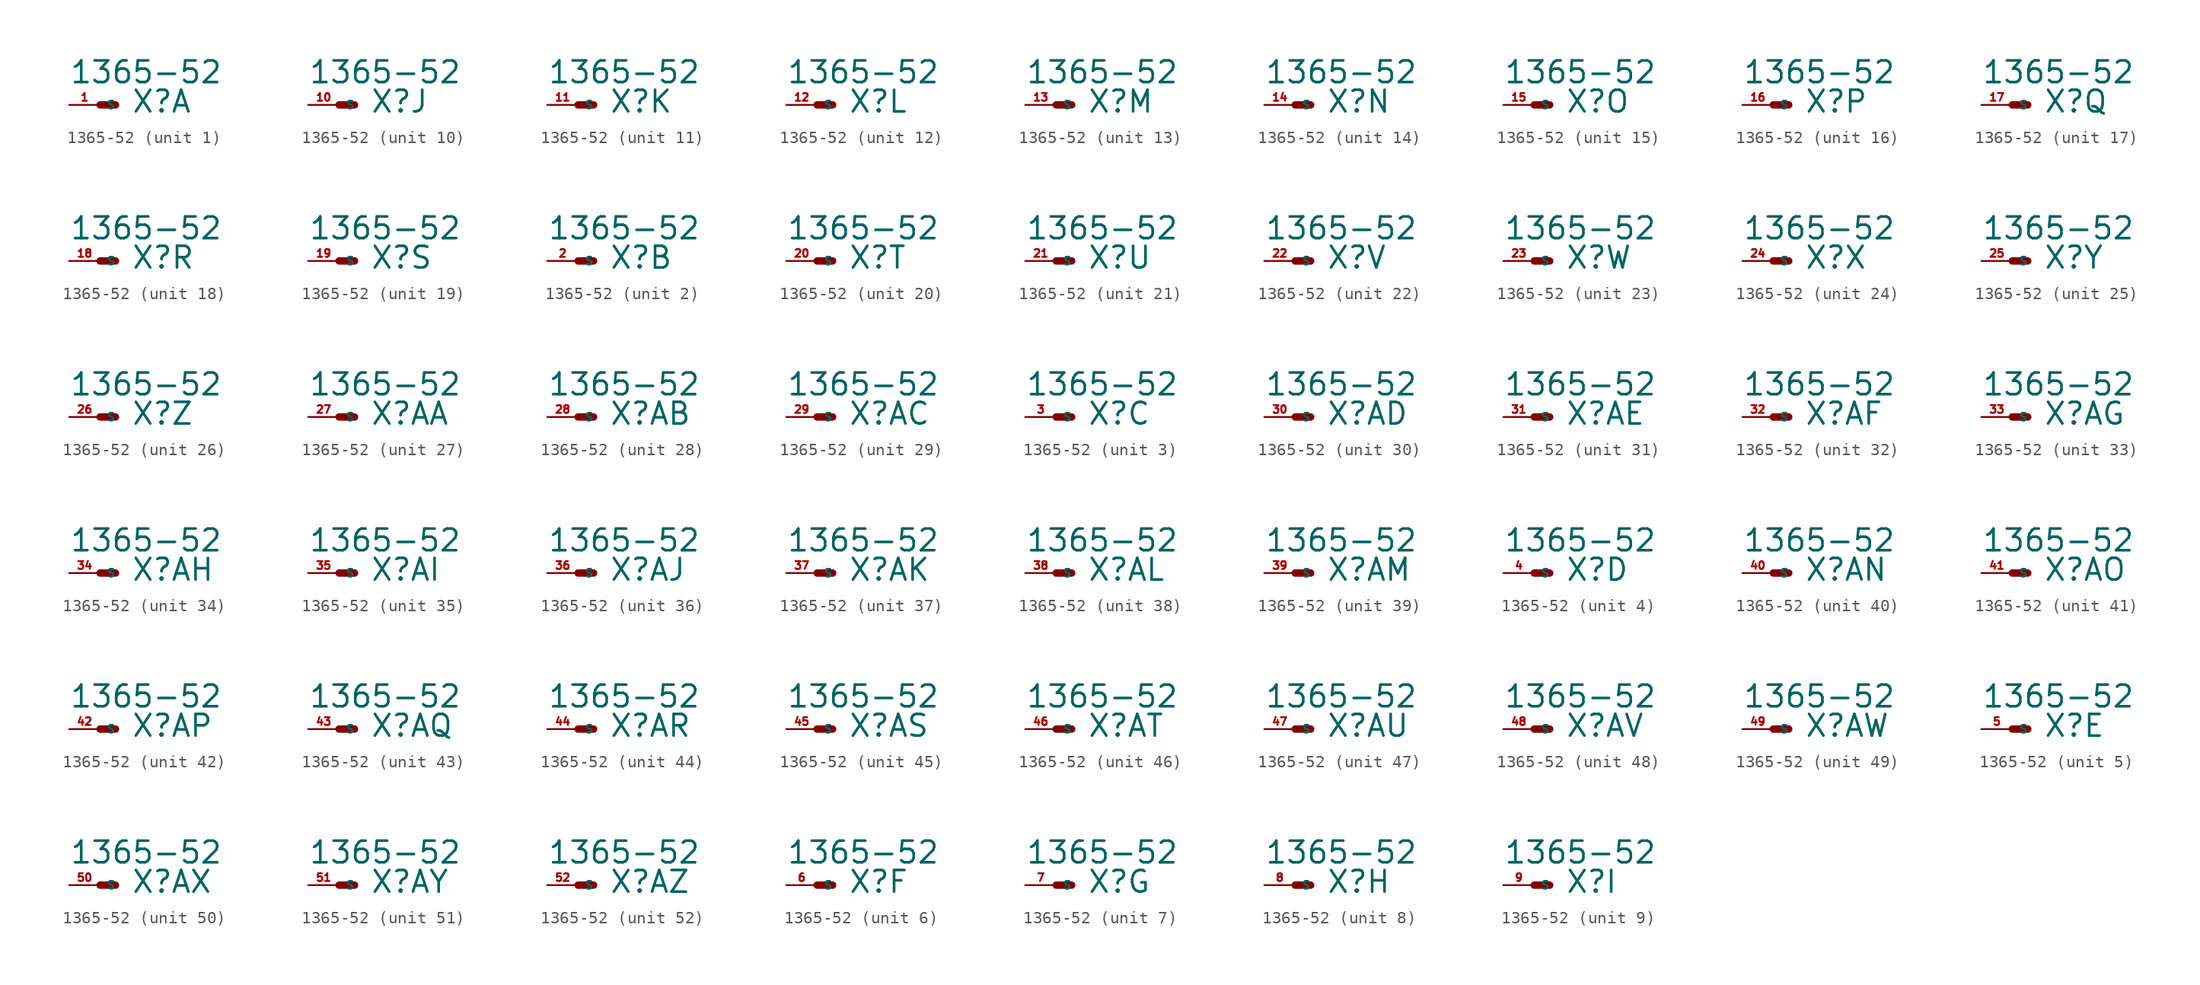
<source format=kicad_sym>
(kicad_symbol_lib
  (version 20220914)
  (generator Eagle2Kicad)
  (symbol "1365-52"
    (property "Reference" "X"
      (at 2.54 -0.762 0)
      (effects (font (size 1.778 1.778) (thickness 0.22)) (justify left bottom)))
    (property "Value" "1365-52"
      (at -2.54 1.651 0)
      (effects (font (size 1.778 1.778) (thickness 0.22)) (justify left bottom)))
    (symbol "1365-52_1_0"
      (polyline (pts (xy 0 0) (xy 1.27 0)) (stroke (width 0.61) (type default)) (fill (type none)))
      (pin passive line (at -2.54 0 0) (length 2.54) (name "S" (effects (font (size 0.635 0.635) (thickness 0.08)) (justify left bottom))) (number "1" (effects (font (size 0.635 0.635) (thickness 0.08)) (justify left bottom)))))
    (symbol "1365-52_2_0"
      (polyline (pts (xy 0 0) (xy 1.27 0)) (stroke (width 0.61) (type default)) (fill (type none)))
      (pin passive line (at -2.54 0 0) (length 2.54) (name "S" (effects (font (size 0.635 0.635) (thickness 0.08)) (justify left bottom))) (number "2" (effects (font (size 0.635 0.635) (thickness 0.08)) (justify left bottom)))))
    (symbol "1365-52_3_0"
      (polyline (pts (xy 0 0) (xy 1.27 0)) (stroke (width 0.61) (type default)) (fill (type none)))
      (pin passive line (at -2.54 0 0) (length 2.54) (name "S" (effects (font (size 0.635 0.635) (thickness 0.08)) (justify left bottom))) (number "3" (effects (font (size 0.635 0.635) (thickness 0.08)) (justify left bottom)))))
    (symbol "1365-52_4_0"
      (polyline (pts (xy 0 0) (xy 1.27 0)) (stroke (width 0.61) (type default)) (fill (type none)))
      (pin passive line (at -2.54 0 0) (length 2.54) (name "S" (effects (font (size 0.635 0.635) (thickness 0.08)) (justify left bottom))) (number "4" (effects (font (size 0.635 0.635) (thickness 0.08)) (justify left bottom)))))
    (symbol "1365-52_5_0"
      (polyline (pts (xy 0 0) (xy 1.27 0)) (stroke (width 0.61) (type default)) (fill (type none)))
      (pin passive line (at -2.54 0 0) (length 2.54) (name "S" (effects (font (size 0.635 0.635) (thickness 0.08)) (justify left bottom))) (number "5" (effects (font (size 0.635 0.635) (thickness 0.08)) (justify left bottom)))))
    (symbol "1365-52_6_0"
      (polyline (pts (xy 0 0) (xy 1.27 0)) (stroke (width 0.61) (type default)) (fill (type none)))
      (pin passive line (at -2.54 0 0) (length 2.54) (name "S" (effects (font (size 0.635 0.635) (thickness 0.08)) (justify left bottom))) (number "6" (effects (font (size 0.635 0.635) (thickness 0.08)) (justify left bottom)))))
    (symbol "1365-52_7_0"
      (polyline (pts (xy 0 0) (xy 1.27 0)) (stroke (width 0.61) (type default)) (fill (type none)))
      (pin passive line (at -2.54 0 0) (length 2.54) (name "S" (effects (font (size 0.635 0.635) (thickness 0.08)) (justify left bottom))) (number "7" (effects (font (size 0.635 0.635) (thickness 0.08)) (justify left bottom)))))
    (symbol "1365-52_8_0"
      (polyline (pts (xy 0 0) (xy 1.27 0)) (stroke (width 0.61) (type default)) (fill (type none)))
      (pin passive line (at -2.54 0 0) (length 2.54) (name "S" (effects (font (size 0.635 0.635) (thickness 0.08)) (justify left bottom))) (number "8" (effects (font (size 0.635 0.635) (thickness 0.08)) (justify left bottom)))))
    (symbol "1365-52_9_0"
      (polyline (pts (xy 0 0) (xy 1.27 0)) (stroke (width 0.61) (type default)) (fill (type none)))
      (pin passive line (at -2.54 0 0) (length 2.54) (name "S" (effects (font (size 0.635 0.635) (thickness 0.08)) (justify left bottom))) (number "9" (effects (font (size 0.635 0.635) (thickness 0.08)) (justify left bottom)))))
    (symbol "1365-52_10_0"
      (polyline (pts (xy 0 0) (xy 1.27 0)) (stroke (width 0.61) (type default)) (fill (type none)))
      (pin passive line (at -2.54 0 0) (length 2.54) (name "S" (effects (font (size 0.635 0.635) (thickness 0.08)) (justify left bottom))) (number "10" (effects (font (size 0.635 0.635) (thickness 0.08)) (justify left bottom)))))
    (symbol "1365-52_11_0"
      (polyline (pts (xy 0 0) (xy 1.27 0)) (stroke (width 0.61) (type default)) (fill (type none)))
      (pin passive line (at -2.54 0 0) (length 2.54) (name "S" (effects (font (size 0.635 0.635) (thickness 0.08)) (justify left bottom))) (number "11" (effects (font (size 0.635 0.635) (thickness 0.08)) (justify left bottom)))))
    (symbol "1365-52_12_0"
      (polyline (pts (xy 0 0) (xy 1.27 0)) (stroke (width 0.61) (type default)) (fill (type none)))
      (pin passive line (at -2.54 0 0) (length 2.54) (name "S" (effects (font (size 0.635 0.635) (thickness 0.08)) (justify left bottom))) (number "12" (effects (font (size 0.635 0.635) (thickness 0.08)) (justify left bottom)))))
    (symbol "1365-52_13_0"
      (polyline (pts (xy 0 0) (xy 1.27 0)) (stroke (width 0.61) (type default)) (fill (type none)))
      (pin passive line (at -2.54 0 0) (length 2.54) (name "S" (effects (font (size 0.635 0.635) (thickness 0.08)) (justify left bottom))) (number "13" (effects (font (size 0.635 0.635) (thickness 0.08)) (justify left bottom)))))
    (symbol "1365-52_14_0"
      (polyline (pts (xy 0 0) (xy 1.27 0)) (stroke (width 0.61) (type default)) (fill (type none)))
      (pin passive line (at -2.54 0 0) (length 2.54) (name "S" (effects (font (size 0.635 0.635) (thickness 0.08)) (justify left bottom))) (number "14" (effects (font (size 0.635 0.635) (thickness 0.08)) (justify left bottom)))))
    (symbol "1365-52_15_0"
      (polyline (pts (xy 0 0) (xy 1.27 0)) (stroke (width 0.61) (type default)) (fill (type none)))
      (pin passive line (at -2.54 0 0) (length 2.54) (name "S" (effects (font (size 0.635 0.635) (thickness 0.08)) (justify left bottom))) (number "15" (effects (font (size 0.635 0.635) (thickness 0.08)) (justify left bottom)))))
    (symbol "1365-52_16_0"
      (polyline (pts (xy 0 0) (xy 1.27 0)) (stroke (width 0.61) (type default)) (fill (type none)))
      (pin passive line (at -2.54 0 0) (length 2.54) (name "S" (effects (font (size 0.635 0.635) (thickness 0.08)) (justify left bottom))) (number "16" (effects (font (size 0.635 0.635) (thickness 0.08)) (justify left bottom)))))
    (symbol "1365-52_17_0"
      (polyline (pts (xy 0 0) (xy 1.27 0)) (stroke (width 0.61) (type default)) (fill (type none)))
      (pin passive line (at -2.54 0 0) (length 2.54) (name "S" (effects (font (size 0.635 0.635) (thickness 0.08)) (justify left bottom))) (number "17" (effects (font (size 0.635 0.635) (thickness 0.08)) (justify left bottom)))))
    (symbol "1365-52_18_0"
      (polyline (pts (xy 0 0) (xy 1.27 0)) (stroke (width 0.61) (type default)) (fill (type none)))
      (pin passive line (at -2.54 0 0) (length 2.54) (name "S" (effects (font (size 0.635 0.635) (thickness 0.08)) (justify left bottom))) (number "18" (effects (font (size 0.635 0.635) (thickness 0.08)) (justify left bottom)))))
    (symbol "1365-52_19_0"
      (polyline (pts (xy 0 0) (xy 1.27 0)) (stroke (width 0.61) (type default)) (fill (type none)))
      (pin passive line (at -2.54 0 0) (length 2.54) (name "S" (effects (font (size 0.635 0.635) (thickness 0.08)) (justify left bottom))) (number "19" (effects (font (size 0.635 0.635) (thickness 0.08)) (justify left bottom)))))
    (symbol "1365-52_20_0"
      (polyline (pts (xy 0 0) (xy 1.27 0)) (stroke (width 0.61) (type default)) (fill (type none)))
      (pin passive line (at -2.54 0 0) (length 2.54) (name "S" (effects (font (size 0.635 0.635) (thickness 0.08)) (justify left bottom))) (number "20" (effects (font (size 0.635 0.635) (thickness 0.08)) (justify left bottom)))))
    (symbol "1365-52_21_0"
      (polyline (pts (xy 0 0) (xy 1.27 0)) (stroke (width 0.61) (type default)) (fill (type none)))
      (pin passive line (at -2.54 0 0) (length 2.54) (name "S" (effects (font (size 0.635 0.635) (thickness 0.08)) (justify left bottom))) (number "21" (effects (font (size 0.635 0.635) (thickness 0.08)) (justify left bottom)))))
    (symbol "1365-52_22_0"
      (polyline (pts (xy 0 0) (xy 1.27 0)) (stroke (width 0.61) (type default)) (fill (type none)))
      (pin passive line (at -2.54 0 0) (length 2.54) (name "S" (effects (font (size 0.635 0.635) (thickness 0.08)) (justify left bottom))) (number "22" (effects (font (size 0.635 0.635) (thickness 0.08)) (justify left bottom)))))
    (symbol "1365-52_23_0"
      (polyline (pts (xy 0 0) (xy 1.27 0)) (stroke (width 0.61) (type default)) (fill (type none)))
      (pin passive line (at -2.54 0 0) (length 2.54) (name "S" (effects (font (size 0.635 0.635) (thickness 0.08)) (justify left bottom))) (number "23" (effects (font (size 0.635 0.635) (thickness 0.08)) (justify left bottom)))))
    (symbol "1365-52_24_0"
      (polyline (pts (xy 0 0) (xy 1.27 0)) (stroke (width 0.61) (type default)) (fill (type none)))
      (pin passive line (at -2.54 0 0) (length 2.54) (name "S" (effects (font (size 0.635 0.635) (thickness 0.08)) (justify left bottom))) (number "24" (effects (font (size 0.635 0.635) (thickness 0.08)) (justify left bottom)))))
    (symbol "1365-52_25_0"
      (polyline (pts (xy 0 0) (xy 1.27 0)) (stroke (width 0.61) (type default)) (fill (type none)))
      (pin passive line (at -2.54 0 0) (length 2.54) (name "S" (effects (font (size 0.635 0.635) (thickness 0.08)) (justify left bottom))) (number "25" (effects (font (size 0.635 0.635) (thickness 0.08)) (justify left bottom)))))
    (symbol "1365-52_26_0"
      (polyline (pts (xy 0 0) (xy 1.27 0)) (stroke (width 0.61) (type default)) (fill (type none)))
      (pin passive line (at -2.54 0 0) (length 2.54) (name "S" (effects (font (size 0.635 0.635) (thickness 0.08)) (justify left bottom))) (number "26" (effects (font (size 0.635 0.635) (thickness 0.08)) (justify left bottom)))))
    (symbol "1365-52_27_0"
      (polyline (pts (xy 0 0) (xy 1.27 0)) (stroke (width 0.61) (type default)) (fill (type none)))
      (pin passive line (at -2.54 0 0) (length 2.54) (name "S" (effects (font (size 0.635 0.635) (thickness 0.08)) (justify left bottom))) (number "27" (effects (font (size 0.635 0.635) (thickness 0.08)) (justify left bottom)))))
    (symbol "1365-52_28_0"
      (polyline (pts (xy 0 0) (xy 1.27 0)) (stroke (width 0.61) (type default)) (fill (type none)))
      (pin passive line (at -2.54 0 0) (length 2.54) (name "S" (effects (font (size 0.635 0.635) (thickness 0.08)) (justify left bottom))) (number "28" (effects (font (size 0.635 0.635) (thickness 0.08)) (justify left bottom)))))
    (symbol "1365-52_29_0"
      (polyline (pts (xy 0 0) (xy 1.27 0)) (stroke (width 0.61) (type default)) (fill (type none)))
      (pin passive line (at -2.54 0 0) (length 2.54) (name "S" (effects (font (size 0.635 0.635) (thickness 0.08)) (justify left bottom))) (number "29" (effects (font (size 0.635 0.635) (thickness 0.08)) (justify left bottom)))))
    (symbol "1365-52_30_0"
      (polyline (pts (xy 0 0) (xy 1.27 0)) (stroke (width 0.61) (type default)) (fill (type none)))
      (pin passive line (at -2.54 0 0) (length 2.54) (name "S" (effects (font (size 0.635 0.635) (thickness 0.08)) (justify left bottom))) (number "30" (effects (font (size 0.635 0.635) (thickness 0.08)) (justify left bottom)))))
    (symbol "1365-52_31_0"
      (polyline (pts (xy 0 0) (xy 1.27 0)) (stroke (width 0.61) (type default)) (fill (type none)))
      (pin passive line (at -2.54 0 0) (length 2.54) (name "S" (effects (font (size 0.635 0.635) (thickness 0.08)) (justify left bottom))) (number "31" (effects (font (size 0.635 0.635) (thickness 0.08)) (justify left bottom)))))
    (symbol "1365-52_32_0"
      (polyline (pts (xy 0 0) (xy 1.27 0)) (stroke (width 0.61) (type default)) (fill (type none)))
      (pin passive line (at -2.54 0 0) (length 2.54) (name "S" (effects (font (size 0.635 0.635) (thickness 0.08)) (justify left bottom))) (number "32" (effects (font (size 0.635 0.635) (thickness 0.08)) (justify left bottom)))))
    (symbol "1365-52_33_0"
      (polyline (pts (xy 0 0) (xy 1.27 0)) (stroke (width 0.61) (type default)) (fill (type none)))
      (pin passive line (at -2.54 0 0) (length 2.54) (name "S" (effects (font (size 0.635 0.635) (thickness 0.08)) (justify left bottom))) (number "33" (effects (font (size 0.635 0.635) (thickness 0.08)) (justify left bottom)))))
    (symbol "1365-52_34_0"
      (polyline (pts (xy 0 0) (xy 1.27 0)) (stroke (width 0.61) (type default)) (fill (type none)))
      (pin passive line (at -2.54 0 0) (length 2.54) (name "S" (effects (font (size 0.635 0.635) (thickness 0.08)) (justify left bottom))) (number "34" (effects (font (size 0.635 0.635) (thickness 0.08)) (justify left bottom)))))
    (symbol "1365-52_35_0"
      (polyline (pts (xy 0 0) (xy 1.27 0)) (stroke (width 0.61) (type default)) (fill (type none)))
      (pin passive line (at -2.54 0 0) (length 2.54) (name "S" (effects (font (size 0.635 0.635) (thickness 0.08)) (justify left bottom))) (number "35" (effects (font (size 0.635 0.635) (thickness 0.08)) (justify left bottom)))))
    (symbol "1365-52_36_0"
      (polyline (pts (xy 0 0) (xy 1.27 0)) (stroke (width 0.61) (type default)) (fill (type none)))
      (pin passive line (at -2.54 0 0) (length 2.54) (name "S" (effects (font (size 0.635 0.635) (thickness 0.08)) (justify left bottom))) (number "36" (effects (font (size 0.635 0.635) (thickness 0.08)) (justify left bottom)))))
    (symbol "1365-52_37_0"
      (polyline (pts (xy 0 0) (xy 1.27 0)) (stroke (width 0.61) (type default)) (fill (type none)))
      (pin passive line (at -2.54 0 0) (length 2.54) (name "S" (effects (font (size 0.635 0.635) (thickness 0.08)) (justify left bottom))) (number "37" (effects (font (size 0.635 0.635) (thickness 0.08)) (justify left bottom)))))
    (symbol "1365-52_38_0"
      (polyline (pts (xy 0 0) (xy 1.27 0)) (stroke (width 0.61) (type default)) (fill (type none)))
      (pin passive line (at -2.54 0 0) (length 2.54) (name "S" (effects (font (size 0.635 0.635) (thickness 0.08)) (justify left bottom))) (number "38" (effects (font (size 0.635 0.635) (thickness 0.08)) (justify left bottom)))))
    (symbol "1365-52_39_0"
      (polyline (pts (xy 0 0) (xy 1.27 0)) (stroke (width 0.61) (type default)) (fill (type none)))
      (pin passive line (at -2.54 0 0) (length 2.54) (name "S" (effects (font (size 0.635 0.635) (thickness 0.08)) (justify left bottom))) (number "39" (effects (font (size 0.635 0.635) (thickness 0.08)) (justify left bottom)))))
    (symbol "1365-52_40_0"
      (polyline (pts (xy 0 0) (xy 1.27 0)) (stroke (width 0.61) (type default)) (fill (type none)))
      (pin passive line (at -2.54 0 0) (length 2.54) (name "S" (effects (font (size 0.635 0.635) (thickness 0.08)) (justify left bottom))) (number "40" (effects (font (size 0.635 0.635) (thickness 0.08)) (justify left bottom)))))
    (symbol "1365-52_41_0"
      (polyline (pts (xy 0 0) (xy 1.27 0)) (stroke (width 0.61) (type default)) (fill (type none)))
      (pin passive line (at -2.54 0 0) (length 2.54) (name "S" (effects (font (size 0.635 0.635) (thickness 0.08)) (justify left bottom))) (number "41" (effects (font (size 0.635 0.635) (thickness 0.08)) (justify left bottom)))))
    (symbol "1365-52_42_0"
      (polyline (pts (xy 0 0) (xy 1.27 0)) (stroke (width 0.61) (type default)) (fill (type none)))
      (pin passive line (at -2.54 0 0) (length 2.54) (name "S" (effects (font (size 0.635 0.635) (thickness 0.08)) (justify left bottom))) (number "42" (effects (font (size 0.635 0.635) (thickness 0.08)) (justify left bottom)))))
    (symbol "1365-52_43_0"
      (polyline (pts (xy 0 0) (xy 1.27 0)) (stroke (width 0.61) (type default)) (fill (type none)))
      (pin passive line (at -2.54 0 0) (length 2.54) (name "S" (effects (font (size 0.635 0.635) (thickness 0.08)) (justify left bottom))) (number "43" (effects (font (size 0.635 0.635) (thickness 0.08)) (justify left bottom)))))
    (symbol "1365-52_44_0"
      (polyline (pts (xy 0 0) (xy 1.27 0)) (stroke (width 0.61) (type default)) (fill (type none)))
      (pin passive line (at -2.54 0 0) (length 2.54) (name "S" (effects (font (size 0.635 0.635) (thickness 0.08)) (justify left bottom))) (number "44" (effects (font (size 0.635 0.635) (thickness 0.08)) (justify left bottom)))))
    (symbol "1365-52_45_0"
      (polyline (pts (xy 0 0) (xy 1.27 0)) (stroke (width 0.61) (type default)) (fill (type none)))
      (pin passive line (at -2.54 0 0) (length 2.54) (name "S" (effects (font (size 0.635 0.635) (thickness 0.08)) (justify left bottom))) (number "45" (effects (font (size 0.635 0.635) (thickness 0.08)) (justify left bottom)))))
    (symbol "1365-52_46_0"
      (polyline (pts (xy 0 0) (xy 1.27 0)) (stroke (width 0.61) (type default)) (fill (type none)))
      (pin passive line (at -2.54 0 0) (length 2.54) (name "S" (effects (font (size 0.635 0.635) (thickness 0.08)) (justify left bottom))) (number "46" (effects (font (size 0.635 0.635) (thickness 0.08)) (justify left bottom)))))
    (symbol "1365-52_47_0"
      (polyline (pts (xy 0 0) (xy 1.27 0)) (stroke (width 0.61) (type default)) (fill (type none)))
      (pin passive line (at -2.54 0 0) (length 2.54) (name "S" (effects (font (size 0.635 0.635) (thickness 0.08)) (justify left bottom))) (number "47" (effects (font (size 0.635 0.635) (thickness 0.08)) (justify left bottom)))))
    (symbol "1365-52_48_0"
      (polyline (pts (xy 0 0) (xy 1.27 0)) (stroke (width 0.61) (type default)) (fill (type none)))
      (pin passive line (at -2.54 0 0) (length 2.54) (name "S" (effects (font (size 0.635 0.635) (thickness 0.08)) (justify left bottom))) (number "48" (effects (font (size 0.635 0.635) (thickness 0.08)) (justify left bottom)))))
    (symbol "1365-52_49_0"
      (polyline (pts (xy 0 0) (xy 1.27 0)) (stroke (width 0.61) (type default)) (fill (type none)))
      (pin passive line (at -2.54 0 0) (length 2.54) (name "S" (effects (font (size 0.635 0.635) (thickness 0.08)) (justify left bottom))) (number "49" (effects (font (size 0.635 0.635) (thickness 0.08)) (justify left bottom)))))
    (symbol "1365-52_50_0"
      (polyline (pts (xy 0 0) (xy 1.27 0)) (stroke (width 0.61) (type default)) (fill (type none)))
      (pin passive line (at -2.54 0 0) (length 2.54) (name "S" (effects (font (size 0.635 0.635) (thickness 0.08)) (justify left bottom))) (number "50" (effects (font (size 0.635 0.635) (thickness 0.08)) (justify left bottom)))))
    (symbol "1365-52_51_0"
      (polyline (pts (xy 0 0) (xy 1.27 0)) (stroke (width 0.61) (type default)) (fill (type none)))
      (pin passive line (at -2.54 0 0) (length 2.54) (name "S" (effects (font (size 0.635 0.635) (thickness 0.08)) (justify left bottom))) (number "51" (effects (font (size 0.635 0.635) (thickness 0.08)) (justify left bottom)))))
    (symbol "1365-52_52_0"
      (polyline (pts (xy 0 0) (xy 1.27 0)) (stroke (width 0.61) (type default)) (fill (type none)))
      (pin passive line (at -2.54 0 0) (length 2.54) (name "S" (effects (font (size 0.635 0.635) (thickness 0.08)) (justify left bottom))) (number "52" (effects (font (size 0.635 0.635) (thickness 0.08)) (justify left bottom)))))))
</source>
